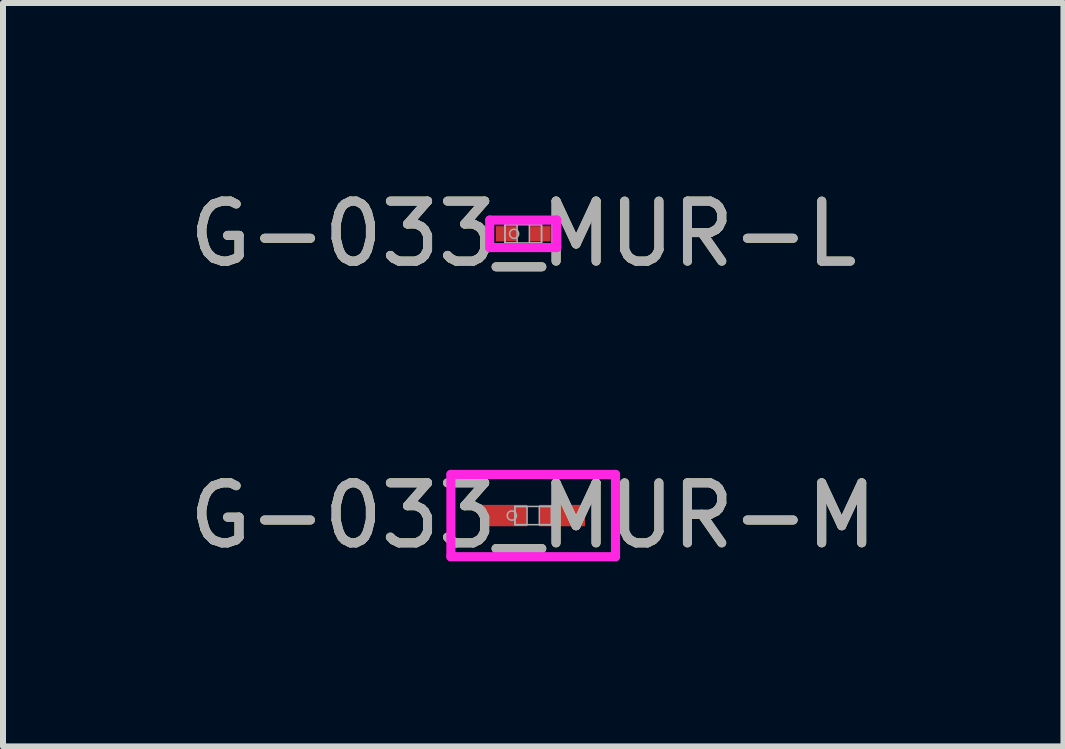
<source format=kicad_pcb>
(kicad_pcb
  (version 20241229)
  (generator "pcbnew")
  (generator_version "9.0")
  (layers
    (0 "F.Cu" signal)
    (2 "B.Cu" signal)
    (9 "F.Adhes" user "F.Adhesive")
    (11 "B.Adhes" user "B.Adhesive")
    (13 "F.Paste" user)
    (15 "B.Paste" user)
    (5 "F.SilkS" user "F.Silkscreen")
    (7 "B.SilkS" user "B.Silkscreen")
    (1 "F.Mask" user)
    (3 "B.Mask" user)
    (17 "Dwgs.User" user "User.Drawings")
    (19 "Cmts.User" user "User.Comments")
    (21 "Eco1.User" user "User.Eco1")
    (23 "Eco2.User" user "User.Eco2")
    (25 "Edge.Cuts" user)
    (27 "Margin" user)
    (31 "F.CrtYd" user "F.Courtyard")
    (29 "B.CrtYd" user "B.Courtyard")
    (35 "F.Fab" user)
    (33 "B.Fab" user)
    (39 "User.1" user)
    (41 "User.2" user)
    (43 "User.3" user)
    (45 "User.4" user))
  (footprint "G-033_MUR-L"
    (layer "F.Cu")
    (at 5.673 0.848)
    (property "Reference" "G-033_MUR-L" (at 0 0 0) (unlocked yes) (layer "F.SilkS") (effects (font (size 1 1) (thickness 0.15))))
    (attr smd)
    (fp_line (start -0.559 -0.229) (end 0.559 -0.229) (stroke (width 0.152) (type solid)) (layer "F.CrtYd"))
    (fp_line (start -0.559 0.229) (end -0.559 -0.229) (stroke (width 0.152) (type solid)) (layer "F.CrtYd"))
    (fp_line (start 0.559 -0.229) (end 0.559 0.229) (stroke (width 0.152) (type solid)) (layer "F.CrtYd"))
    (fp_line (start 0.559 0.229) (end -0.559 0.229) (stroke (width 0.152) (type solid)) (layer "F.CrtYd"))
    (fp_line (start -0.305 -0.152) (end -0.305 0.152) (stroke (width 0.025) (type solid)) (layer "F.Fab"))
    (fp_line (start -0.305 -0.152) (end -0.305 0.152) (stroke (width 0.025) (type solid)) (layer "F.Fab"))
    (fp_line (start -0.305 0.152) (end -0.102 0.152) (stroke (width 0.025) (type solid)) (layer "F.Fab"))
    (fp_line (start -0.305 0.152) (end 0.305 0.152) (stroke (width 0.025) (type solid)) (layer "F.Fab"))
    (fp_line (start -0.102 -0.152) (end -0.305 -0.152) (stroke (width 0.025) (type solid)) (layer "F.Fab"))
    (fp_line (start -0.102 0.152) (end -0.102 -0.152) (stroke (width 0.025) (type solid)) (layer "F.Fab"))
    (fp_line (start 0.102 -0.152) (end 0.102 0.152) (stroke (width 0.025) (type solid)) (layer "F.Fab"))
    (fp_line (start 0.102 0.152) (end 0.305 0.152) (stroke (width 0.025) (type solid)) (layer "F.Fab"))
    (fp_line (start 0.305 -0.152) (end -0.305 -0.152) (stroke (width 0.025) (type solid)) (layer "F.Fab"))
    (fp_line (start 0.305 -0.152) (end 0.102 -0.152) (stroke (width 0.025) (type solid)) (layer "F.Fab"))
    (fp_line (start 0.305 0.152) (end 0.305 -0.152) (stroke (width 0.025) (type solid)) (layer "F.Fab"))
    (fp_line (start 0.305 0.152) (end 0.305 -0.152) (stroke (width 0.025) (type solid)) (layer "F.Fab"))
    (fp_circle (center -0.152 0) (end -0.076 0) (stroke (width 0.025) (type solid)) (fill no) (layer "F.Fab"))
    (fp_text user "${REFERENCE}" (at 0 0 0) (unlocked yes) (layer "F.Fab") (effects (font (size 1 1) (thickness 0.15))))
    (pad "1" smd rect (at -0.279 0) (size 0.356 0.254) (layers "F.Cu" "F.Mask" "F.Paste"))
    (pad "2" smd rect (at 0.279 0) (size 0.356 0.254) (layers "F.Cu" "F.Mask" "F.Paste"))
    (zone (net_name "") (layer "F.Cu") (hatch full 0.508) (connect_pads) (min_thickness 0.254) (filled_areas_thickness no) (keepout (tracks not_allowed) (vias not_allowed) (pads allowed) (copperpour not_allowed) (footprints allowed)) (placement (enabled no)) (fill) (polygon (pts (xy 5.622 0.747) (xy 5.723 0.747) (xy 5.723 0.95) (xy 5.622 0.95)))))
  (footprint "G-033_MUR-M"
    (layer "F.Cu")
    (at 5.839 5.545)
    (property "Reference" "G-033_MUR-M" (at 0 0 0) (unlocked yes) (layer "F.SilkS") (effects (font (size 1 1) (thickness 0.15))))
    (attr smd)
    (fp_line (start -1.372 -0.686) (end 1.372 -0.686) (stroke (width 0.152) (type solid)) (layer "F.CrtYd"))
    (fp_line (start -1.372 0.686) (end -1.372 -0.686) (stroke (width 0.152) (type solid)) (layer "F.CrtYd"))
    (fp_line (start 1.372 -0.686) (end 1.372 0.686) (stroke (width 0.152) (type solid)) (layer "F.CrtYd"))
    (fp_line (start 1.372 0.686) (end -1.372 0.686) (stroke (width 0.152) (type solid)) (layer "F.CrtYd"))
    (fp_line (start -0.305 -0.152) (end -0.305 0.152) (stroke (width 0.025) (type solid)) (layer "F.Fab"))
    (fp_line (start -0.305 -0.152) (end -0.305 0.152) (stroke (width 0.025) (type solid)) (layer "F.Fab"))
    (fp_line (start -0.305 0.152) (end -0.102 0.152) (stroke (width 0.025) (type solid)) (layer "F.Fab"))
    (fp_line (start -0.305 0.152) (end 0.305 0.152) (stroke (width 0.025) (type solid)) (layer "F.Fab"))
    (fp_line (start -0.102 -0.152) (end -0.305 -0.152) (stroke (width 0.025) (type solid)) (layer "F.Fab"))
    (fp_line (start -0.102 0.152) (end -0.102 -0.152) (stroke (width 0.025) (type solid)) (layer "F.Fab"))
    (fp_line (start 0.102 -0.152) (end 0.102 0.152) (stroke (width 0.025) (type solid)) (layer "F.Fab"))
    (fp_line (start 0.102 0.152) (end 0.305 0.152) (stroke (width 0.025) (type solid)) (layer "F.Fab"))
    (fp_line (start 0.305 -0.152) (end -0.305 -0.152) (stroke (width 0.025) (type solid)) (layer "F.Fab"))
    (fp_line (start 0.305 -0.152) (end 0.102 -0.152) (stroke (width 0.025) (type solid)) (layer "F.Fab"))
    (fp_line (start 0.305 0.152) (end 0.305 -0.152) (stroke (width 0.025) (type solid)) (layer "F.Fab"))
    (fp_line (start 0.305 0.152) (end 0.305 -0.152) (stroke (width 0.025) (type solid)) (layer "F.Fab"))
    (fp_circle (center -0.356 0) (end -0.279 0) (stroke (width 0.025) (type solid)) (fill no) (layer "F.Fab"))
    (fp_text user "${REFERENCE}" (at 0 0 0) (unlocked yes) (layer "F.Fab") (effects (font (size 1 1) (thickness 0.15))))
    (pad "1" smd rect (at -0.483 0) (size 0.762 0.356) (layers "F.Cu" "F.Mask" "F.Paste"))
    (pad "2" smd rect (at 0.483 0) (size 0.762 0.356) (layers "F.Cu" "F.Mask" "F.Paste"))
    (zone (net_name "") (layer "F.Cu") (hatch full 0.508) (connect_pads) (min_thickness 0.254) (filled_areas_thickness no) (keepout (tracks not_allowed) (vias not_allowed) (pads allowed) (copperpour not_allowed) (footprints allowed)) (placement (enabled no)) (fill) (polygon (pts (xy 5.788 5.443) (xy 5.89 5.443) (xy 5.89 5.646) (xy 5.788 5.646)))))
  (gr_rect
    (start -3 -3)
    (end 14.679 9.393)
    (stroke (width 0.1) (type default))
    (fill no)
    (layer "Edge.Cuts")))
</source>
